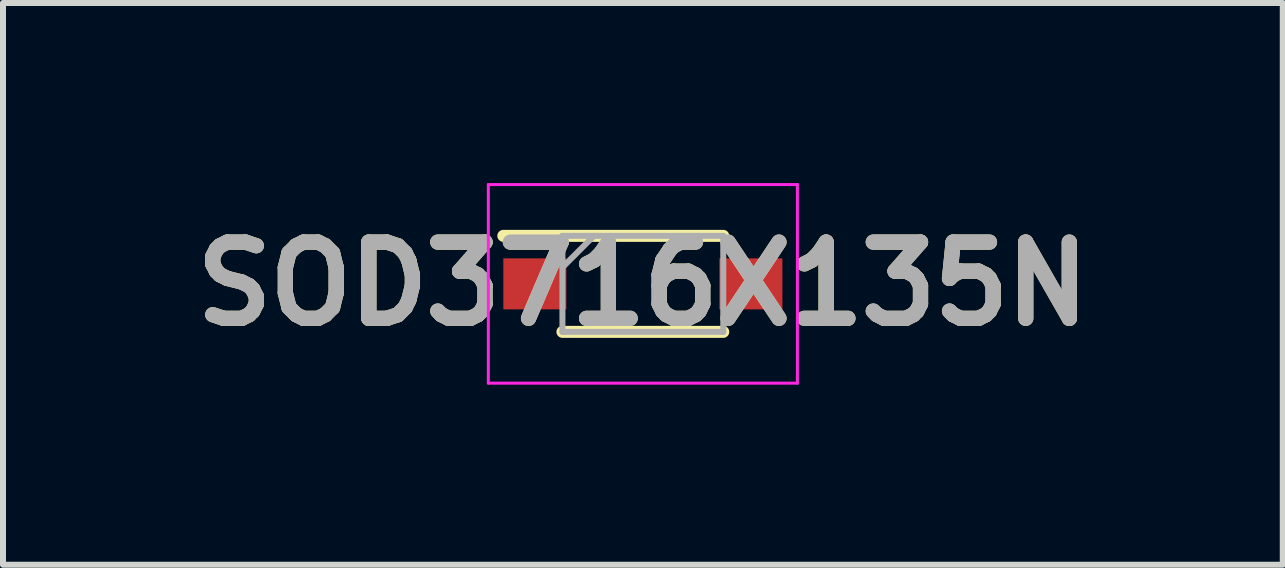
<source format=kicad_pcb>
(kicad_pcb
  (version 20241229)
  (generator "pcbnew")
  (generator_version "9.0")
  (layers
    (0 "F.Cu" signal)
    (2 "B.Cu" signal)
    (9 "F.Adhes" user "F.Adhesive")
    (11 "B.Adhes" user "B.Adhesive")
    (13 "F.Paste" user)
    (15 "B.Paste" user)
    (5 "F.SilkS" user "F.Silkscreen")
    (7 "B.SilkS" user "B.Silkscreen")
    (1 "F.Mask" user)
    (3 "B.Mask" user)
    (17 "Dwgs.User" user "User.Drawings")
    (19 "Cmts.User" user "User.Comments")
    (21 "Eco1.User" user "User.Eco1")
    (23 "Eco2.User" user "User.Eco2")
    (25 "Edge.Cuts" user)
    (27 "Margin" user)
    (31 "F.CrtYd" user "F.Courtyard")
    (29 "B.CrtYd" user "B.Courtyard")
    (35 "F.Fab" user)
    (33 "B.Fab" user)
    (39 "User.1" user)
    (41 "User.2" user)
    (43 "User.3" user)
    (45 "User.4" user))
  (footprint "SOD3716X135N"
    (layer "F.Cu")
    (at 7.662 1.68)
    (property "Reference" "SOD3716X135N" (at 0 0 0) (layer "F.SilkS") (effects (font (size 1.27 1.27) (thickness 0.254))))
    (attr smd)
    (fp_line (start -2.325 -0.8) (end 1.34 -0.8) (stroke (width 0.2) (type solid)) (layer "F.SilkS"))
    (fp_line (start -1.34 0.8) (end 1.34 0.8) (stroke (width 0.2) (type solid)) (layer "F.SilkS"))
    (fp_line (start -2.575 -1.655) (end 2.575 -1.655) (stroke (width 0.05) (type solid)) (layer "F.CrtYd"))
    (fp_line (start -2.575 1.655) (end -2.575 -1.655) (stroke (width 0.05) (type solid)) (layer "F.CrtYd"))
    (fp_line (start 2.575 -1.655) (end 2.575 1.655) (stroke (width 0.05) (type solid)) (layer "F.CrtYd"))
    (fp_line (start 2.575 1.655) (end -2.575 1.655) (stroke (width 0.05) (type solid)) (layer "F.CrtYd"))
    (fp_line (start -1.34 -0.8) (end 1.34 -0.8) (stroke (width 0.1) (type solid)) (layer "F.Fab"))
    (fp_line (start -1.34 -0.275) (end -0.815 -0.8) (stroke (width 0.1) (type solid)) (layer "F.Fab"))
    (fp_line (start -1.34 0.8) (end -1.34 -0.8) (stroke (width 0.1) (type solid)) (layer "F.Fab"))
    (fp_line (start 1.34 -0.8) (end 1.34 0.8) (stroke (width 0.1) (type solid)) (layer "F.Fab"))
    (fp_line (start 1.34 0.8) (end -1.34 0.8) (stroke (width 0.1) (type solid)) (layer "F.Fab"))
    (fp_text user "${REFERENCE}" (at 0 0 0) (layer "F.Fab") (effects (font (size 1.27 1.27) (thickness 0.254))))
    (pad "1" smd rect (at -1.8 0 90) (size 0.85 1.05) (layers "F.Cu" "F.Mask" "F.Paste"))
    (pad "2" smd rect (at 1.8 0 90) (size 0.85 1.05) (layers "F.Cu" "F.Mask" "F.Paste")))
  (gr_rect
    (start -3 -3)
    (end 18.325 6.36)
    (stroke (width 0.1) (type default))
    (fill no)
    (layer "Edge.Cuts")))
</source>
